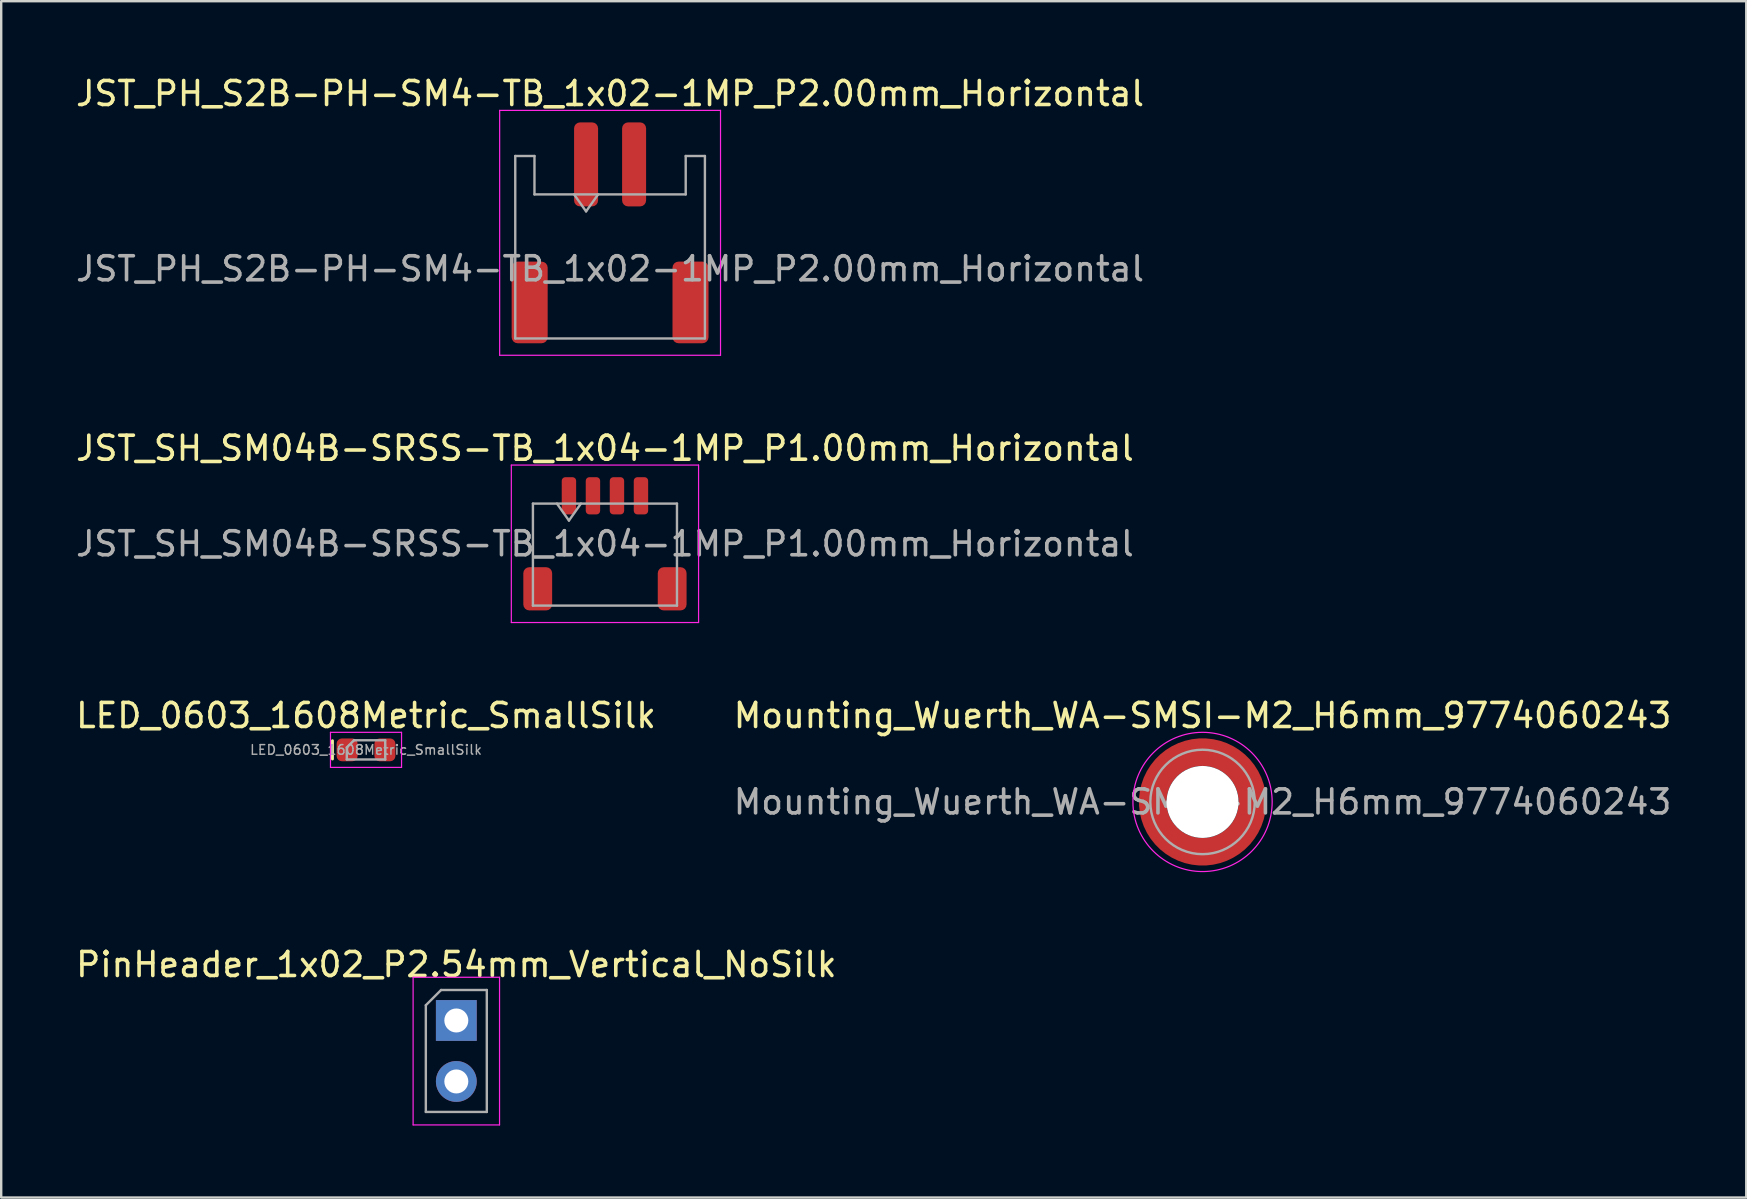
<source format=kicad_pcb>
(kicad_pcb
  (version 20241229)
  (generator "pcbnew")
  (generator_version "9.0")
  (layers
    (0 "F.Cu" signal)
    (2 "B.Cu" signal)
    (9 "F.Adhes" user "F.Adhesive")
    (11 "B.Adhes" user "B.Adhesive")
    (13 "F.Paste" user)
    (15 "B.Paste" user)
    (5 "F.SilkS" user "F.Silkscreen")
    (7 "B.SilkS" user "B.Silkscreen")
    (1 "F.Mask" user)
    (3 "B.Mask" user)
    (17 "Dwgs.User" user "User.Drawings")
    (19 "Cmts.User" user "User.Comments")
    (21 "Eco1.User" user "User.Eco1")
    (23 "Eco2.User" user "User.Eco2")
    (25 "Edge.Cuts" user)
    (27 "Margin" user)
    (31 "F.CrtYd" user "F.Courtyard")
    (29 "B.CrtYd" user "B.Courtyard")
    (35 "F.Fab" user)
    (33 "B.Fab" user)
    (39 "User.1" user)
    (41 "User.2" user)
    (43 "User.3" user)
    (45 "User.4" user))
  (footprint "LED_0603_1608Metric_SmallSilk"
    (layer "F.Cu")
    (at 12.196 28.185)
    (property "Reference" "LED_0603_1608Metric_SmallSilk" (at 0 -1.43 0) (layer "F.SilkS") (effects (font (size 1 1) (thickness 0.15))))
    (attr smd)
    (fp_line (start -1.397 0.381) (end -1.397 -0.381) (stroke (width 0.12) (type solid)) (layer "F.SilkS"))
    (fp_line (start -1.48 -0.73) (end 1.48 -0.73) (stroke (width 0.05) (type solid)) (layer "F.CrtYd"))
    (fp_line (start -1.48 0.73) (end -1.48 -0.73) (stroke (width 0.05) (type solid)) (layer "F.CrtYd"))
    (fp_line (start 1.48 -0.73) (end 1.48 0.73) (stroke (width 0.05) (type solid)) (layer "F.CrtYd"))
    (fp_line (start 1.48 0.73) (end -1.48 0.73) (stroke (width 0.05) (type solid)) (layer "F.CrtYd"))
    (fp_line (start -0.8 -0.1) (end -0.8 0.4) (stroke (width 0.1) (type solid)) (layer "F.Fab"))
    (fp_line (start -0.8 0.4) (end 0.8 0.4) (stroke (width 0.1) (type solid)) (layer "F.Fab"))
    (fp_line (start -0.5 -0.4) (end -0.8 -0.1) (stroke (width 0.1) (type solid)) (layer "F.Fab"))
    (fp_line (start 0.8 -0.4) (end -0.5 -0.4) (stroke (width 0.1) (type solid)) (layer "F.Fab"))
    (fp_line (start 0.8 0.4) (end 0.8 -0.4) (stroke (width 0.1) (type solid)) (layer "F.Fab"))
    (fp_text user "${REFERENCE}" (at 0 0 0) (layer "F.Fab") (effects (font (size 0.4 0.4) (thickness 0.06))))
    (pad "1" smd roundrect (at -0.787 0) (size 0.875 0.95) (layers "F.Cu" "F.Mask" "F.Paste") (roundrect_rratio 0.25))
    (pad "2" smd roundrect (at 0.787 0) (size 0.875 0.95) (layers "F.Cu" "F.Mask" "F.Paste") (roundrect_rratio 0.25)))
  (footprint "Mounting_Wuerth_WA-SMSI-M2_H6mm_9774060243"
    (layer "F.Cu")
    (at 47.042 30.355)
    (property "Reference" "Mounting_Wuerth_WA-SMSI-M2_H6mm_9774060243" (at 0 -3.6 0) (layer "F.SilkS") (effects (font (size 1 1) (thickness 0.15))))
    (attr smd)
    (fp_circle (center 0 0) (end 2.9 0) (stroke (width 0.05) (type solid)) (fill no) (layer "F.CrtYd"))
    (fp_circle (center 0 0) (end 2.175 0) (stroke (width 0.1) (type solid)) (fill no) (layer "F.Fab"))
    (fp_text user "${REFERENCE}" (at 0 0 0) (layer "F.Fab") (effects (font (size 1 1) (thickness 0.15))))
    (pad "" smd custom (at -1.453 -1.453) (size 0.61 0.61) (layers "F.Paste") (options (anchor circle)) (primitives (gr_arc (start -0.147677 1.053104) (mid 0.285964 0.286792) (end 1.051968 -0.147393) (width 0.2)) (gr_arc (start -0.240295 1.053104) (mid 0.22253 0.222946) (end 1.052531 -0.24016) (width 0.2)) (gr_arc (start -0.332645 1.053104) (mid 0.158548 0.15965) (end 1.051583 -0.332304) (width 0.2)) (gr_arc (start -0.424767 1.053104) (mid 0.09486 0.096059) (end 1.051446 -0.424413) (width 0.2)) (gr_arc (start -0.516693 1.053104) (mid 0.031293 0.032346) (end 1.051645 -0.516396) (width 0.2)) (gr_arc (start -0.608448 1.053104) (mid -0.032323 -0.031316) (end 1.051707 -0.608176) (width 0.2)) (gr_arc (start -0.700056 1.053104) (mid -0.09616 -0.094758) (end 1.051155 -0.699693) (width 0.2)) (gr_arc (start -0.791534 1.053104) (mid -0.160388 -0.15781) (end 1.049515 -0.790891) (width 0.2)) (gr_arc (start -0.882896 1.053104) (mid -0.223713 -0.221764) (end 1.050388 -0.882429) (width 0.2)) (gr_arc (start -0.974157 1.053104) (mid -0.287654 -0.285101) (end 1.049541 -0.973567) (width 0.2)) (gr_line (start 1.053 -0.148) (end 1.053 -0.974) (width 0.2)) (gr_line (start -0.148 1.053) (end -0.974 1.053) (width 0.2))))
    (pad "" smd custom (at -1.453 1.453) (size 0.61 0.61) (layers "F.Paste") (options (anchor circle)) (primitives (gr_arc (start 1.053104 0.147677) (mid 0.286792 -0.285964) (end -0.147393 -1.051968) (width 0.2)) (gr_arc (start 1.053104 0.240295) (mid 0.222946 -0.22253) (end -0.24016 -1.052531) (width 0.2)) (gr_arc (start 1.053104 0.332645) (mid 0.15965 -0.158548) (end -0.332304 -1.051583) (width 0.2)) (gr_arc (start 1.053104 0.424767) (mid 0.096059 -0.09486) (end -0.424413 -1.051446) (width 0.2)) (gr_arc (start 1.053104 0.516693) (mid 0.032346 -0.031293) (end -0.516396 -1.051645) (width 0.2)) (gr_arc (start 1.053104 0.608448) (mid -0.031316 0.032323) (end -0.608176 -1.051707) (width 0.2)) (gr_arc (start 1.053104 0.700056) (mid -0.094758 0.09616) (end -0.699693 -1.051155) (width 0.2)) (gr_arc (start 1.053104 0.791534) (mid -0.15781 0.160388) (end -0.790891 -1.049515) (width 0.2)) (gr_arc (start 1.053104 0.882896) (mid -0.221764 0.223713) (end -0.882429 -1.050388) (width 0.2)) (gr_arc (start 1.053104 0.974157) (mid -0.285101 0.287654) (end -0.973567 -1.049541) (width 0.2)) (gr_line (start -0.148 -1.053) (end -0.974 -1.053) (width 0.2)) (gr_line (start 1.053 0.148) (end 1.053 0.974) (width 0.2))))
    (pad "" np_thru_hole circle (at 0 0) (size 3 3) (drill 3) (layers "*.Cu" "*.Mask"))
    (pad "" smd custom (at 1.453 -1.453) (size 0.61 0.61) (layers "F.Paste") (options (anchor circle)) (primitives (gr_arc (start -1.053104 -0.147677) (mid -0.286792 0.285964) (end 0.147393 1.051968) (width 0.2)) (gr_arc (start -1.053104 -0.240295) (mid -0.222946 0.22253) (end 0.24016 1.052531) (width 0.2)) (gr_arc (start -1.053104 -0.332645) (mid -0.15965 0.158548) (end 0.332304 1.051583) (width 0.2)) (gr_arc (start -1.053104 -0.424767) (mid -0.096059 0.09486) (end 0.424413 1.051446) (width 0.2)) (gr_arc (start -1.053104 -0.516693) (mid -0.032346 0.031293) (end 0.516396 1.051645) (width 0.2)) (gr_arc (start -1.053104 -0.608448) (mid 0.031316 -0.032323) (end 0.608176 1.051707) (width 0.2)) (gr_arc (start -1.053104 -0.700056) (mid 0.094758 -0.09616) (end 0.699693 1.051155) (width 0.2)) (gr_arc (start -1.053104 -0.791534) (mid 0.15781 -0.160388) (end 0.790891 1.049515) (width 0.2)) (gr_arc (start -1.053104 -0.882896) (mid 0.221764 -0.223713) (end 0.882429 1.050388) (width 0.2)) (gr_arc (start -1.053104 -0.974157) (mid 0.285101 -0.287654) (end 0.973567 1.049541) (width 0.2)) (gr_line (start 0.148 1.053) (end 0.974 1.053) (width 0.2)) (gr_line (start -1.053 -0.148) (end -1.053 -0.974) (width 0.2))))
    (pad "" smd custom (at 1.453 1.453) (size 0.61 0.61) (layers "F.Paste") (options (anchor circle)) (primitives (gr_arc (start 0.147677 -1.053104) (mid -0.285964 -0.286792) (end -1.051968 0.147393) (width 0.2)) (gr_arc (start 0.240295 -1.053104) (mid -0.22253 -0.222946) (end -1.052531 0.24016) (width 0.2)) (gr_arc (start 0.332645 -1.053104) (mid -0.158548 -0.15965) (end -1.051583 0.332304) (width 0.2)) (gr_arc (start 0.424767 -1.053104) (mid -0.09486 -0.096059) (end -1.051446 0.424413) (width 0.2)) (gr_arc (start 0.516693 -1.053104) (mid -0.031293 -0.032346) (end -1.051645 0.516396) (width 0.2)) (gr_arc (start 0.608448 -1.053104) (mid 0.032323 0.031316) (end -1.051707 0.608176) (width 0.2)) (gr_arc (start 0.700056 -1.053104) (mid 0.09616 0.094758) (end -1.051155 0.699693) (width 0.2)) (gr_arc (start 0.791534 -1.053104) (mid 0.160388 0.15781) (end -1.049515 0.790891) (width 0.2)) (gr_arc (start 0.882896 -1.053104) (mid 0.223713 0.221764) (end -1.050388 0.882429) (width 0.2)) (gr_arc (start 0.974157 -1.053104) (mid 0.287654 0.285101) (end -1.049541 0.973567) (width 0.2)) (gr_line (start -1.053 0.148) (end -1.053 0.974) (width 0.2)) (gr_line (start 0.148 -1.053) (end 0.974 -1.053) (width 0.2))))
    (pad "1" smd circle (at -2.075 0) (size 0.75 0.75) (layers "F.Cu"))
    (pad "1" smd circle (at 0 -2.075) (size 0.75 0.75) (layers "F.Cu"))
    (pad "1" smd circle (at 0 2.075) (size 0.75 0.75) (layers "F.Cu"))
    (pad "1" smd custom (at 2.075 0) (size 0.75 0.75) (layers "F.Cu" "F.Mask") (options (anchor circle)) (primitives (gr_circle (center -2.075 0) (end 0 0) (width 1.15) (fill no)))))
  (footprint "JST_PH_S2B-PH-SM4-TB_1x02-1MP_P2.00mm_Horizontal"
    (layer "F.Cu")
    (at 22.363 6.648)
    (property "Reference" "JST_PH_S2B-PH-SM4-TB_1x02-1MP_P2.00mm_Horizontal" (at 0 -5.8 0) (layer "F.SilkS") (effects (font (size 1 1) (thickness 0.15))))
    (attr smd)
    (fp_line (start -4.6 -5.1) (end -4.6 5.1) (stroke (width 0.05) (type solid)) (layer "F.CrtYd"))
    (fp_line (start -4.6 5.1) (end 4.6 5.1) (stroke (width 0.05) (type solid)) (layer "F.CrtYd"))
    (fp_line (start 4.6 -5.1) (end -4.6 -5.1) (stroke (width 0.05) (type solid)) (layer "F.CrtYd"))
    (fp_line (start 4.6 5.1) (end 4.6 -5.1) (stroke (width 0.05) (type solid)) (layer "F.CrtYd"))
    (fp_line (start -3.95 -3.2) (end -3.95 4.4) (stroke (width 0.1) (type solid)) (layer "F.Fab"))
    (fp_line (start -3.95 -3.2) (end -3.15 -3.2) (stroke (width 0.1) (type solid)) (layer "F.Fab"))
    (fp_line (start -3.95 4.4) (end 3.95 4.4) (stroke (width 0.1) (type solid)) (layer "F.Fab"))
    (fp_line (start -3.15 -3.2) (end -3.15 -1.6) (stroke (width 0.1) (type solid)) (layer "F.Fab"))
    (fp_line (start -3.15 -1.6) (end 3.15 -1.6) (stroke (width 0.1) (type solid)) (layer "F.Fab"))
    (fp_line (start -1.5 -1.6) (end -1 -0.893) (stroke (width 0.1) (type solid)) (layer "F.Fab"))
    (fp_line (start -1 -0.893) (end -0.5 -1.6) (stroke (width 0.1) (type solid)) (layer "F.Fab"))
    (fp_line (start 3.15 -3.2) (end 3.95 -3.2) (stroke (width 0.1) (type solid)) (layer "F.Fab"))
    (fp_line (start 3.15 -1.6) (end 3.15 -3.2) (stroke (width 0.1) (type solid)) (layer "F.Fab"))
    (fp_line (start 3.95 -3.2) (end 3.95 4.4) (stroke (width 0.1) (type solid)) (layer "F.Fab"))
    (fp_text user "${REFERENCE}" (at 0 1.5 0) (layer "F.Fab") (effects (font (size 1 1) (thickness 0.15))))
    (pad "1" smd roundrect (at -1 -2.85) (size 1 3.5) (layers "F.Cu" "F.Mask" "F.Paste") (roundrect_rratio 0.25))
    (pad "2" smd roundrect (at 1 -2.85) (size 1 3.5) (layers "F.Cu" "F.Mask" "F.Paste") (roundrect_rratio 0.25))
    (pad "MP" smd roundrect (at -3.35 2.9) (size 1.5 3.4) (layers "F.Cu" "F.Mask" "F.Paste") (roundrect_rratio 0.167))
    (pad "MP" smd roundrect (at 3.35 2.9) (size 1.5 3.4) (layers "F.Cu" "F.Mask" "F.Paste") (roundrect_rratio 0.167)))
  (footprint "PinHeader_1x02_P2.54mm_Vertical_NoSilk"
    (layer "F.Cu")
    (at 15.958 39.458)
    (property "Reference" "PinHeader_1x02_P2.54mm_Vertical_NoSilk" (at 0 -2.33 0) (layer "F.SilkS") (effects (font (size 1 1) (thickness 0.15))))
    (attr through_hole)
    (fp_line (start -1.8 -1.8) (end -1.8 4.35) (stroke (width 0.05) (type solid)) (layer "F.CrtYd"))
    (fp_line (start -1.8 4.35) (end 1.8 4.35) (stroke (width 0.05) (type solid)) (layer "F.CrtYd"))
    (fp_line (start 1.8 -1.8) (end -1.8 -1.8) (stroke (width 0.05) (type solid)) (layer "F.CrtYd"))
    (fp_line (start 1.8 4.35) (end 1.8 -1.8) (stroke (width 0.05) (type solid)) (layer "F.CrtYd"))
    (fp_line (start -1.27 -0.635) (end -0.635 -1.27) (stroke (width 0.1) (type solid)) (layer "F.Fab"))
    (fp_line (start -1.27 3.81) (end -1.27 -0.635) (stroke (width 0.1) (type solid)) (layer "F.Fab"))
    (fp_line (start -0.635 -1.27) (end 1.27 -1.27) (stroke (width 0.1) (type solid)) (layer "F.Fab"))
    (fp_line (start 1.27 -1.27) (end 1.27 3.81) (stroke (width 0.1) (type solid)) (layer "F.Fab"))
    (fp_line (start 1.27 3.81) (end -1.27 3.81) (stroke (width 0.1) (type solid)) (layer "F.Fab"))
    (pad "1" thru_hole rect (at 0 0) (size 1.7 1.7) (drill 1) (layers "*.Cu" "*.Mask"))
    (pad "2" thru_hole oval (at 0 2.54) (size 1.7 1.7) (drill 1) (layers "*.Cu" "*.Mask")))
  (footprint "JST_SH_SM04B-SRSS-TB_1x04-1MP_P1.00mm_Horizontal"
    (layer "F.Cu")
    (at 22.149 19.602)
    (property "Reference" "JST_SH_SM04B-SRSS-TB_1x04-1MP_P1.00mm_Horizontal" (at 0 -3.98 0) (layer "F.SilkS") (effects (font (size 1 1) (thickness 0.15))))
    (attr smd)
    (fp_line (start -3.9 -3.28) (end -3.9 3.28) (stroke (width 0.05) (type solid)) (layer "F.CrtYd"))
    (fp_line (start -3.9 3.28) (end 3.9 3.28) (stroke (width 0.05) (type solid)) (layer "F.CrtYd"))
    (fp_line (start 3.9 -3.28) (end -3.9 -3.28) (stroke (width 0.05) (type solid)) (layer "F.CrtYd"))
    (fp_line (start 3.9 3.28) (end 3.9 -3.28) (stroke (width 0.05) (type solid)) (layer "F.CrtYd"))
    (fp_line (start -3 -1.675) (end -3 2.575) (stroke (width 0.1) (type solid)) (layer "F.Fab"))
    (fp_line (start -3 -1.675) (end 3 -1.675) (stroke (width 0.1) (type solid)) (layer "F.Fab"))
    (fp_line (start -3 2.575) (end 3 2.575) (stroke (width 0.1) (type solid)) (layer "F.Fab"))
    (fp_line (start -2 -1.675) (end -1.5 -0.968) (stroke (width 0.1) (type solid)) (layer "F.Fab"))
    (fp_line (start -1.5 -0.968) (end -1 -1.675) (stroke (width 0.1) (type solid)) (layer "F.Fab"))
    (fp_line (start 3 -1.675) (end 3 2.575) (stroke (width 0.1) (type solid)) (layer "F.Fab"))
    (fp_text user "${REFERENCE}" (at 0 0 0) (layer "F.Fab") (effects (font (size 1 1) (thickness 0.15))))
    (pad "1" smd roundrect (at -1.5 -2) (size 0.6 1.55) (layers "F.Cu" "F.Mask" "F.Paste") (roundrect_rratio 0.25))
    (pad "2" smd roundrect (at -0.5 -2) (size 0.6 1.55) (layers "F.Cu" "F.Mask" "F.Paste") (roundrect_rratio 0.25))
    (pad "3" smd roundrect (at 0.5 -2) (size 0.6 1.55) (layers "F.Cu" "F.Mask" "F.Paste") (roundrect_rratio 0.25))
    (pad "4" smd roundrect (at 1.5 -2) (size 0.6 1.55) (layers "F.Cu" "F.Mask" "F.Paste") (roundrect_rratio 0.25))
    (pad "MP" smd roundrect (at -2.8 1.875) (size 1.2 1.8) (layers "F.Cu" "F.Mask" "F.Paste") (roundrect_rratio 0.208))
    (pad "MP" smd roundrect (at 2.8 1.875) (size 1.2 1.8) (layers "F.Cu" "F.Mask" "F.Paste") (roundrect_rratio 0.208)))
  (gr_rect
    (start -3 -3)
    (end 69.69 46.833)
    (stroke (width 0.1) (type default))
    (fill no)
    (layer "Edge.Cuts")))
</source>
